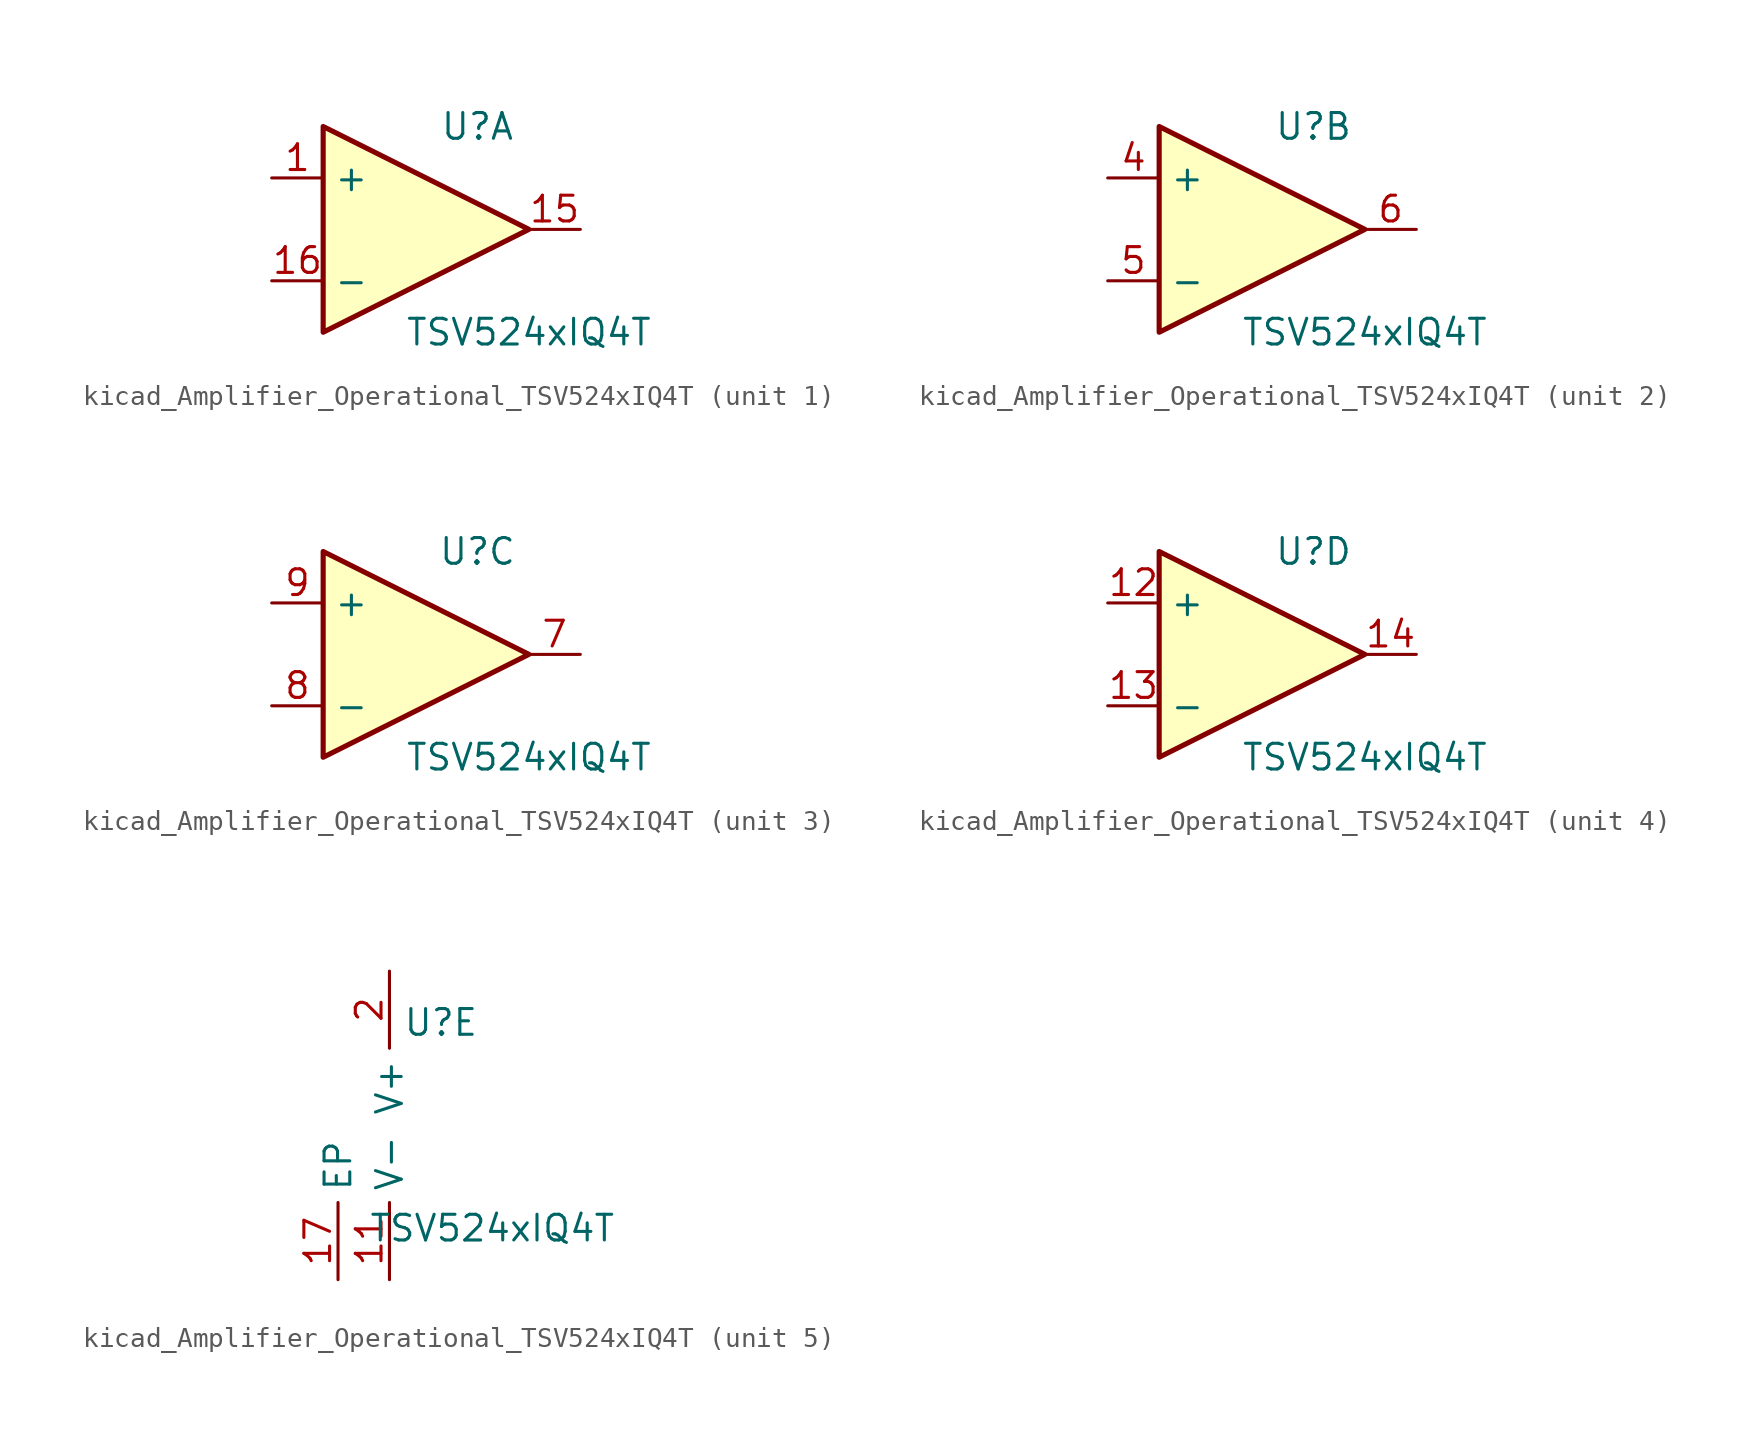
<source format=kicad_sym>
(kicad_symbol_lib
  (version 20220914)
  (generator kicad_symbol_editor)
  (symbol "kicad_Amplifier_Operational_TSV524xIQ4T"
    (property "Reference" "U"
      (at 2.54 5.08 0)
      (effects (font (size 1.27 1.27))))
    (property "Value" "TSV524xIQ4T"
      (at 5.08 -5.08 0)
      (effects (font (size 1.27 1.27))))
    (property "ki_locked" ""
      (at 0 0 0)
      (effects (font (size 1.27 1.27))))
    (symbol "kicad_Amplifier_Operational_TSV524xIQ4T_1_1"
      (polyline (pts (xy -5.08 5.08) (xy 5.08 0) (xy -5.08 -5.08) (xy -5.08 5.08)) (stroke (width 0.254) (type default)) (fill (type background)))
      (pin input line (at -7.62 2.54 0) (length 2.54) (name "+" (effects (font (size 1.27 1.27)))) (number "1" (effects (font (size 1.27 1.27)))))
      (pin output line (at 7.62 0 180) (length 2.54) (name "~" (effects (font (size 1.27 1.27)))) (number "15" (effects (font (size 1.27 1.27)))))
      (pin input line (at -7.62 -2.54 0) (length 2.54) (name "-" (effects (font (size 1.27 1.27)))) (number "16" (effects (font (size 1.27 1.27))))))
    (symbol "kicad_Amplifier_Operational_TSV524xIQ4T_2_1"
      (polyline (pts (xy -5.08 5.08) (xy 5.08 0) (xy -5.08 -5.08) (xy -5.08 5.08)) (stroke (width 0.254) (type default)) (fill (type background)))
      (pin input line (at -7.62 2.54 0) (length 2.54) (name "+" (effects (font (size 1.27 1.27)))) (number "4" (effects (font (size 1.27 1.27)))))
      (pin input line (at -7.62 -2.54 0) (length 2.54) (name "-" (effects (font (size 1.27 1.27)))) (number "5" (effects (font (size 1.27 1.27)))))
      (pin output line (at 7.62 0 180) (length 2.54) (name "~" (effects (font (size 1.27 1.27)))) (number "6" (effects (font (size 1.27 1.27))))))
    (symbol "kicad_Amplifier_Operational_TSV524xIQ4T_3_1"
      (polyline (pts (xy -5.08 5.08) (xy 5.08 0) (xy -5.08 -5.08) (xy -5.08 5.08)) (stroke (width 0.254) (type default)) (fill (type background)))
      (pin output line (at 7.62 0 180) (length 2.54) (name "~" (effects (font (size 1.27 1.27)))) (number "7" (effects (font (size 1.27 1.27)))))
      (pin input line (at -7.62 -2.54 0) (length 2.54) (name "-" (effects (font (size 1.27 1.27)))) (number "8" (effects (font (size 1.27 1.27)))))
      (pin input line (at -7.62 2.54 0) (length 2.54) (name "+" (effects (font (size 1.27 1.27)))) (number "9" (effects (font (size 1.27 1.27))))))
    (symbol "kicad_Amplifier_Operational_TSV524xIQ4T_4_1"
      (polyline (pts (xy -5.08 5.08) (xy 5.08 0) (xy -5.08 -5.08) (xy -5.08 5.08)) (stroke (width 0.254) (type default)) (fill (type background)))
      (pin input line (at -7.62 2.54 0) (length 2.54) (name "+" (effects (font (size 1.27 1.27)))) (number "12" (effects (font (size 1.27 1.27)))))
      (pin input line (at -7.62 -2.54 0) (length 2.54) (name "-" (effects (font (size 1.27 1.27)))) (number "13" (effects (font (size 1.27 1.27)))))
      (pin output line (at 7.62 0 180) (length 2.54) (name "~" (effects (font (size 1.27 1.27)))) (number "14" (effects (font (size 1.27 1.27))))))
    (symbol "kicad_Amplifier_Operational_TSV524xIQ4T_5_1"
      (pin no_connect line (at -2.54 0 0) (length 3.81) hide (name "NC" (effects (font (size 1.27 1.27)))) (number "10" (effects (font (size 1.27 1.27)))))
      (pin power_in line (at 0 -7.62 90) (length 3.81) (name "V-" (effects (font (size 1.27 1.27)))) (number "11" (effects (font (size 1.27 1.27)))))
      (pin passive line (at -2.54 -7.62 90) (length 3.81) (name "EP" (effects (font (size 1.27 1.27)))) (number "17" (effects (font (size 1.27 1.27)))))
      (pin power_in line (at 0 7.62 270) (length 3.81) (name "V+" (effects (font (size 1.27 1.27)))) (number "2" (effects (font (size 1.27 1.27)))))
      (pin no_connect line (at -2.54 2.54 0) (length 3.81) hide (name "NC" (effects (font (size 1.27 1.27)))) (number "3" (effects (font (size 1.27 1.27))))))))
</source>
